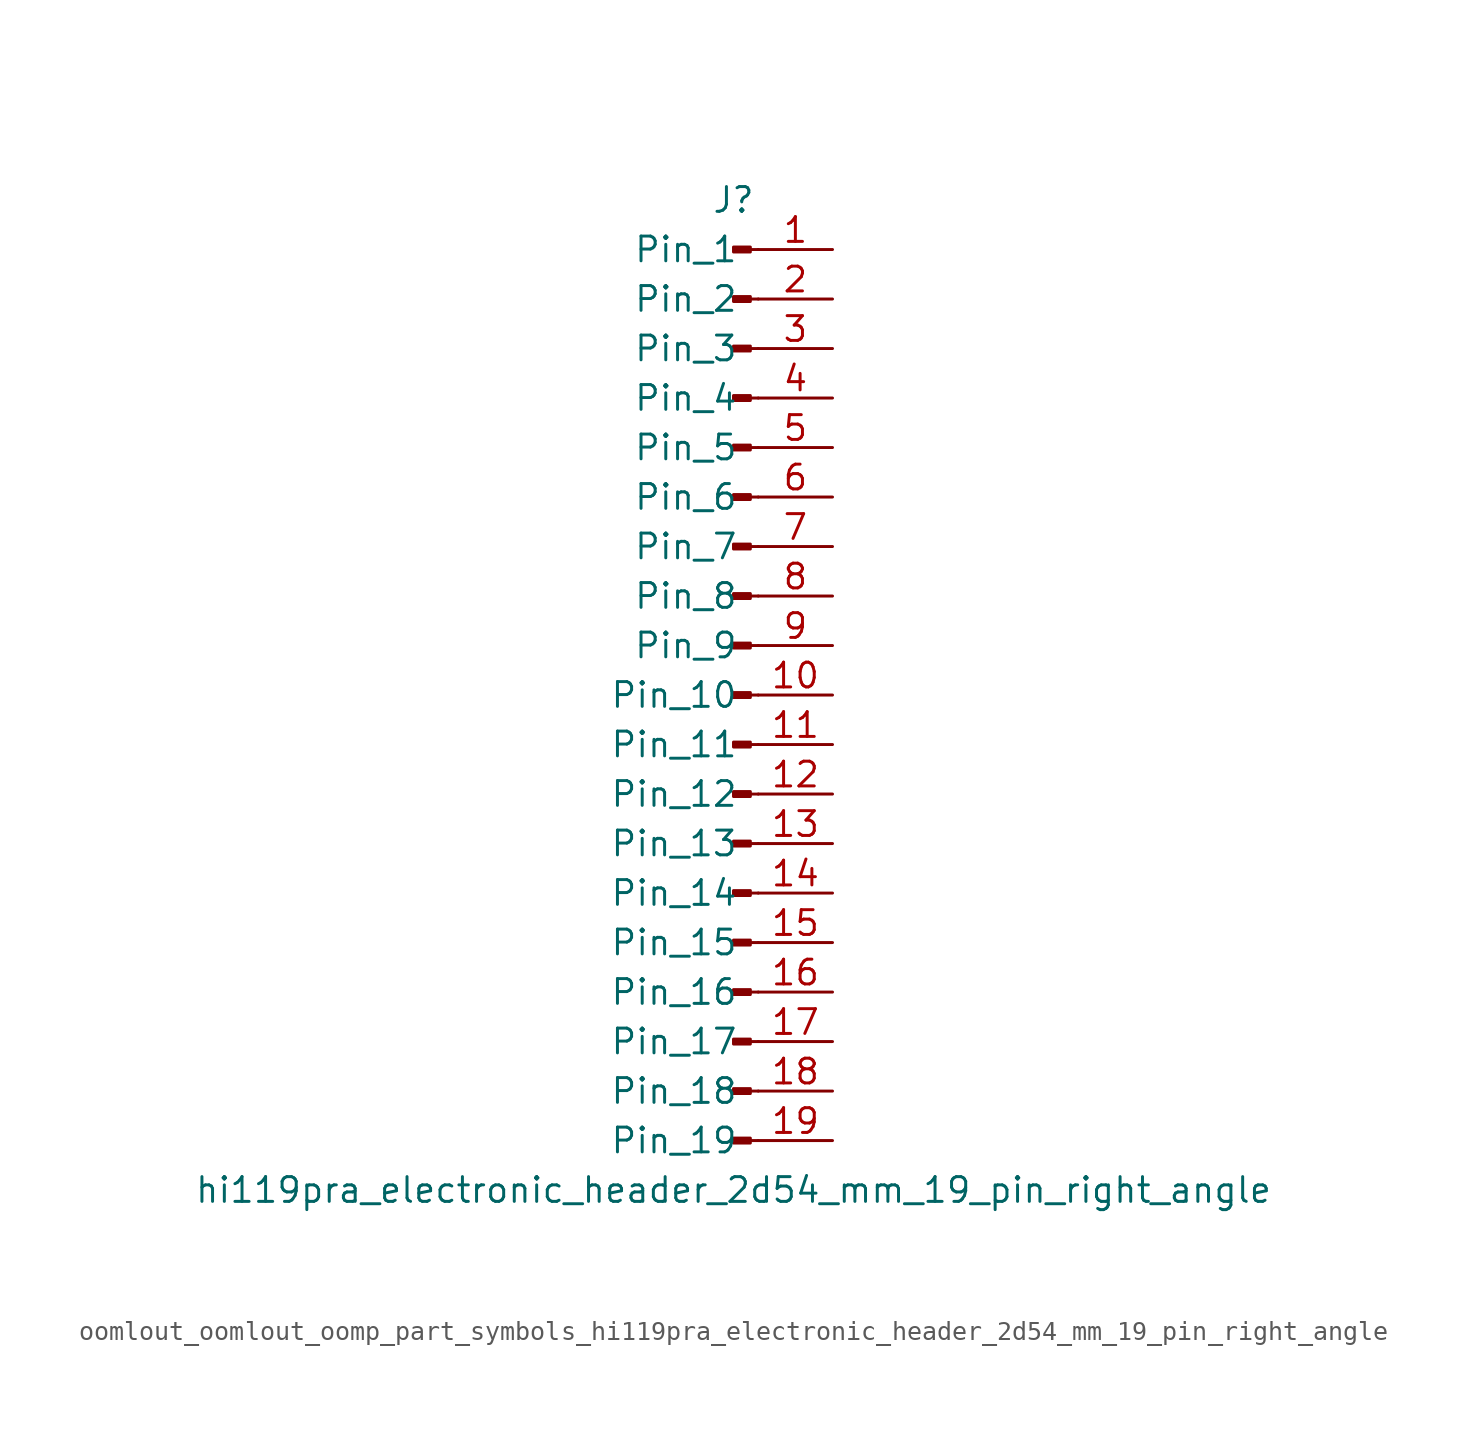
<source format=kicad_sym>
(kicad_symbol_lib
  (version 20220914)
  (generator kicad_symbol_editor)
  (symbol "oomlout_oomlout_oomp_part_symbols_hi119pra_electronic_header_2d54_mm_19_pin_right_angle"
    (pin_names
      (offset 1.016))
    (property "Reference" "J"
      (at 0 25.4 0)
      (effects (font (size 1.27 1.27))))
    (property "Value" "hi119pra_electronic_header_2d54_mm_19_pin_right_angle"
      (at 0 -25.4 0)
      (effects (font (size 1.27 1.27))))
    (property "ki_locked" ""
      (at 0 0 0)
      (effects (font (size 1.27 1.27))))
    (symbol "oomlout_oomlout_oomp_part_symbols_hi119pra_electronic_header_2d54_mm_19_pin_right_angle_1_1"
      (polyline (pts (xy 1.27 -22.86) (xy 0.864 -22.86)) (stroke (width 0.152) (type default)) (fill (type none)))
      (polyline (pts (xy 1.27 -20.32) (xy 0.864 -20.32)) (stroke (width 0.152) (type default)) (fill (type none)))
      (polyline (pts (xy 1.27 -17.78) (xy 0.864 -17.78)) (stroke (width 0.152) (type default)) (fill (type none)))
      (polyline (pts (xy 1.27 -15.24) (xy 0.864 -15.24)) (stroke (width 0.152) (type default)) (fill (type none)))
      (polyline (pts (xy 1.27 -12.7) (xy 0.864 -12.7)) (stroke (width 0.152) (type default)) (fill (type none)))
      (polyline (pts (xy 1.27 -10.16) (xy 0.864 -10.16)) (stroke (width 0.152) (type default)) (fill (type none)))
      (polyline (pts (xy 1.27 -7.62) (xy 0.864 -7.62)) (stroke (width 0.152) (type default)) (fill (type none)))
      (polyline (pts (xy 1.27 -5.08) (xy 0.864 -5.08)) (stroke (width 0.152) (type default)) (fill (type none)))
      (polyline (pts (xy 1.27 -2.54) (xy 0.864 -2.54)) (stroke (width 0.152) (type default)) (fill (type none)))
      (polyline (pts (xy 1.27 0) (xy 0.864 0)) (stroke (width 0.152) (type default)) (fill (type none)))
      (polyline (pts (xy 1.27 2.54) (xy 0.864 2.54)) (stroke (width 0.152) (type default)) (fill (type none)))
      (polyline (pts (xy 1.27 5.08) (xy 0.864 5.08)) (stroke (width 0.152) (type default)) (fill (type none)))
      (polyline (pts (xy 1.27 7.62) (xy 0.864 7.62)) (stroke (width 0.152) (type default)) (fill (type none)))
      (polyline (pts (xy 1.27 10.16) (xy 0.864 10.16)) (stroke (width 0.152) (type default)) (fill (type none)))
      (polyline (pts (xy 1.27 12.7) (xy 0.864 12.7)) (stroke (width 0.152) (type default)) (fill (type none)))
      (polyline (pts (xy 1.27 15.24) (xy 0.864 15.24)) (stroke (width 0.152) (type default)) (fill (type none)))
      (polyline (pts (xy 1.27 17.78) (xy 0.864 17.78)) (stroke (width 0.152) (type default)) (fill (type none)))
      (polyline (pts (xy 1.27 20.32) (xy 0.864 20.32)) (stroke (width 0.152) (type default)) (fill (type none)))
      (polyline (pts (xy 1.27 22.86) (xy 0.864 22.86)) (stroke (width 0.152) (type default)) (fill (type none)))
      (rectangle (start 0.864 -22.733) (end 0 -22.987) (stroke (width 0.152) (type default)) (fill (type outline)))
      (rectangle (start 0.864 -20.193) (end 0 -20.447) (stroke (width 0.152) (type default)) (fill (type outline)))
      (rectangle (start 0.864 -17.653) (end 0 -17.907) (stroke (width 0.152) (type default)) (fill (type outline)))
      (rectangle (start 0.864 -15.113) (end 0 -15.367) (stroke (width 0.152) (type default)) (fill (type outline)))
      (rectangle (start 0.864 -12.573) (end 0 -12.827) (stroke (width 0.152) (type default)) (fill (type outline)))
      (rectangle (start 0.864 -10.033) (end 0 -10.287) (stroke (width 0.152) (type default)) (fill (type outline)))
      (rectangle (start 0.864 -7.493) (end 0 -7.747) (stroke (width 0.152) (type default)) (fill (type outline)))
      (rectangle (start 0.864 -4.953) (end 0 -5.207) (stroke (width 0.152) (type default)) (fill (type outline)))
      (rectangle (start 0.864 -2.413) (end 0 -2.667) (stroke (width 0.152) (type default)) (fill (type outline)))
      (rectangle (start 0.864 0.127) (end 0 -0.127) (stroke (width 0.152) (type default)) (fill (type outline)))
      (rectangle (start 0.864 2.667) (end 0 2.413) (stroke (width 0.152) (type default)) (fill (type outline)))
      (rectangle (start 0.864 5.207) (end 0 4.953) (stroke (width 0.152) (type default)) (fill (type outline)))
      (rectangle (start 0.864 7.747) (end 0 7.493) (stroke (width 0.152) (type default)) (fill (type outline)))
      (rectangle (start 0.864 10.287) (end 0 10.033) (stroke (width 0.152) (type default)) (fill (type outline)))
      (rectangle (start 0.864 12.827) (end 0 12.573) (stroke (width 0.152) (type default)) (fill (type outline)))
      (rectangle (start 0.864 15.367) (end 0 15.113) (stroke (width 0.152) (type default)) (fill (type outline)))
      (rectangle (start 0.864 17.907) (end 0 17.653) (stroke (width 0.152) (type default)) (fill (type outline)))
      (rectangle (start 0.864 20.447) (end 0 20.193) (stroke (width 0.152) (type default)) (fill (type outline)))
      (rectangle (start 0.864 22.987) (end 0 22.733) (stroke (width 0.152) (type default)) (fill (type outline)))
      (pin passive line (at 5.08 22.86 180) (length 3.81) (name "Pin_1" (effects (font (size 1.27 1.27)))) (number "1" (effects (font (size 1.27 1.27)))))
      (pin passive line (at 5.08 0 180) (length 3.81) (name "Pin_10" (effects (font (size 1.27 1.27)))) (number "10" (effects (font (size 1.27 1.27)))))
      (pin passive line (at 5.08 -2.54 180) (length 3.81) (name "Pin_11" (effects (font (size 1.27 1.27)))) (number "11" (effects (font (size 1.27 1.27)))))
      (pin passive line (at 5.08 -5.08 180) (length 3.81) (name "Pin_12" (effects (font (size 1.27 1.27)))) (number "12" (effects (font (size 1.27 1.27)))))
      (pin passive line (at 5.08 -7.62 180) (length 3.81) (name "Pin_13" (effects (font (size 1.27 1.27)))) (number "13" (effects (font (size 1.27 1.27)))))
      (pin passive line (at 5.08 -10.16 180) (length 3.81) (name "Pin_14" (effects (font (size 1.27 1.27)))) (number "14" (effects (font (size 1.27 1.27)))))
      (pin passive line (at 5.08 -12.7 180) (length 3.81) (name "Pin_15" (effects (font (size 1.27 1.27)))) (number "15" (effects (font (size 1.27 1.27)))))
      (pin passive line (at 5.08 -15.24 180) (length 3.81) (name "Pin_16" (effects (font (size 1.27 1.27)))) (number "16" (effects (font (size 1.27 1.27)))))
      (pin passive line (at 5.08 -17.78 180) (length 3.81) (name "Pin_17" (effects (font (size 1.27 1.27)))) (number "17" (effects (font (size 1.27 1.27)))))
      (pin passive line (at 5.08 -20.32 180) (length 3.81) (name "Pin_18" (effects (font (size 1.27 1.27)))) (number "18" (effects (font (size 1.27 1.27)))))
      (pin passive line (at 5.08 -22.86 180) (length 3.81) (name "Pin_19" (effects (font (size 1.27 1.27)))) (number "19" (effects (font (size 1.27 1.27)))))
      (pin passive line (at 5.08 20.32 180) (length 3.81) (name "Pin_2" (effects (font (size 1.27 1.27)))) (number "2" (effects (font (size 1.27 1.27)))))
      (pin passive line (at 5.08 17.78 180) (length 3.81) (name "Pin_3" (effects (font (size 1.27 1.27)))) (number "3" (effects (font (size 1.27 1.27)))))
      (pin passive line (at 5.08 15.24 180) (length 3.81) (name "Pin_4" (effects (font (size 1.27 1.27)))) (number "4" (effects (font (size 1.27 1.27)))))
      (pin passive line (at 5.08 12.7 180) (length 3.81) (name "Pin_5" (effects (font (size 1.27 1.27)))) (number "5" (effects (font (size 1.27 1.27)))))
      (pin passive line (at 5.08 10.16 180) (length 3.81) (name "Pin_6" (effects (font (size 1.27 1.27)))) (number "6" (effects (font (size 1.27 1.27)))))
      (pin passive line (at 5.08 7.62 180) (length 3.81) (name "Pin_7" (effects (font (size 1.27 1.27)))) (number "7" (effects (font (size 1.27 1.27)))))
      (pin passive line (at 5.08 5.08 180) (length 3.81) (name "Pin_8" (effects (font (size 1.27 1.27)))) (number "8" (effects (font (size 1.27 1.27)))))
      (pin passive line (at 5.08 2.54 180) (length 3.81) (name "Pin_9" (effects (font (size 1.27 1.27)))) (number "9" (effects (font (size 1.27 1.27))))))))
</source>
